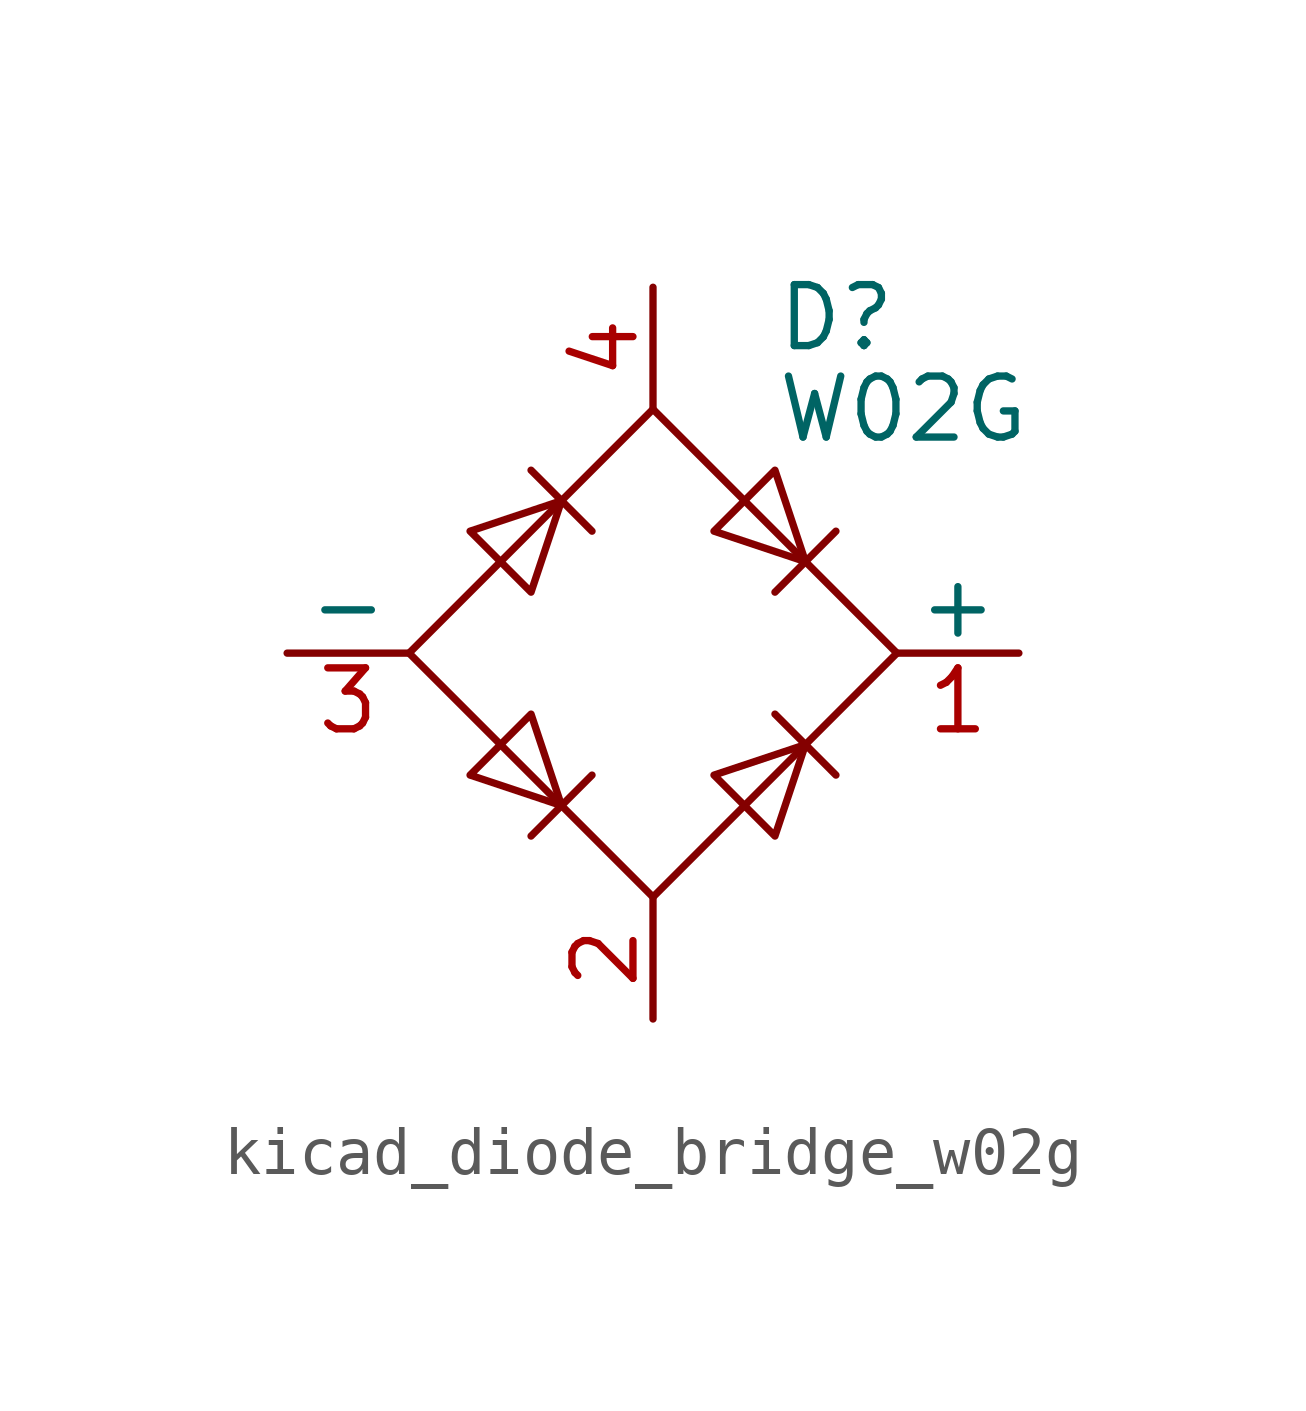
<source format=kicad_sym>
(kicad_symbol_lib
  (version 20220914)
  (generator kicad_symbol_editor)
  (symbol "kicad_diode_bridge_w02g"
    (pin_names
      (offset 0))
    (property "Reference" "D"
      (at 2.54 6.985 0)
      (effects (font (size 1.27 1.27)) (justify left)))
    (property "Value" "W02G"
      (at 2.54 5.08 0)
      (effects (font (size 1.27 1.27)) (justify left)))
    (symbol "kicad_diode_bridge_w02g_0_1"
      (polyline (pts (xy -2.54 3.81) (xy -1.27 2.54)) (stroke (width 0) (type default)) (fill (type none)))
      (polyline (pts (xy -1.27 -2.54) (xy -2.54 -3.81)) (stroke (width 0) (type default)) (fill (type none)))
      (polyline (pts (xy 2.54 -1.27) (xy 3.81 -2.54)) (stroke (width 0) (type default)) (fill (type none)))
      (polyline (pts (xy 2.54 1.27) (xy 3.81 2.54)) (stroke (width 0) (type default)) (fill (type none)))
      (polyline (pts (xy -3.81 2.54) (xy -2.54 1.27) (xy -1.905 3.175) (xy -3.81 2.54)) (stroke (width 0) (type default)) (fill (type none)))
      (polyline (pts (xy -2.54 -1.27) (xy -3.81 -2.54) (xy -1.905 -3.175) (xy -2.54 -1.27)) (stroke (width 0) (type default)) (fill (type none)))
      (polyline (pts (xy 1.27 2.54) (xy 2.54 3.81) (xy 3.175 1.905) (xy 1.27 2.54)) (stroke (width 0) (type default)) (fill (type none)))
      (polyline (pts (xy 3.175 -1.905) (xy 1.27 -2.54) (xy 2.54 -3.81) (xy 3.175 -1.905)) (stroke (width 0) (type default)) (fill (type none)))
      (polyline (pts (xy -5.08 0) (xy 0 -5.08) (xy 5.08 0) (xy 0 5.08) (xy -5.08 0)) (stroke (width 0) (type default)) (fill (type none))))
    (symbol "kicad_diode_bridge_w02g_1_1"
      (pin passive line (at 7.62 0 180) (length 2.54) (name "+" (effects (font (size 1.27 1.27)))) (number "1" (effects (font (size 1.27 1.27)))))
      (pin passive line (at 0 -7.62 90) (length 2.54) (name "~" (effects (font (size 1.27 1.27)))) (number "2" (effects (font (size 1.27 1.27)))))
      (pin passive line (at -7.62 0 0) (length 2.54) (name "-" (effects (font (size 1.27 1.27)))) (number "3" (effects (font (size 1.27 1.27)))))
      (pin passive line (at 0 7.62 270) (length 2.54) (name "~" (effects (font (size 1.27 1.27)))) (number "4" (effects (font (size 1.27 1.27))))))))
</source>
